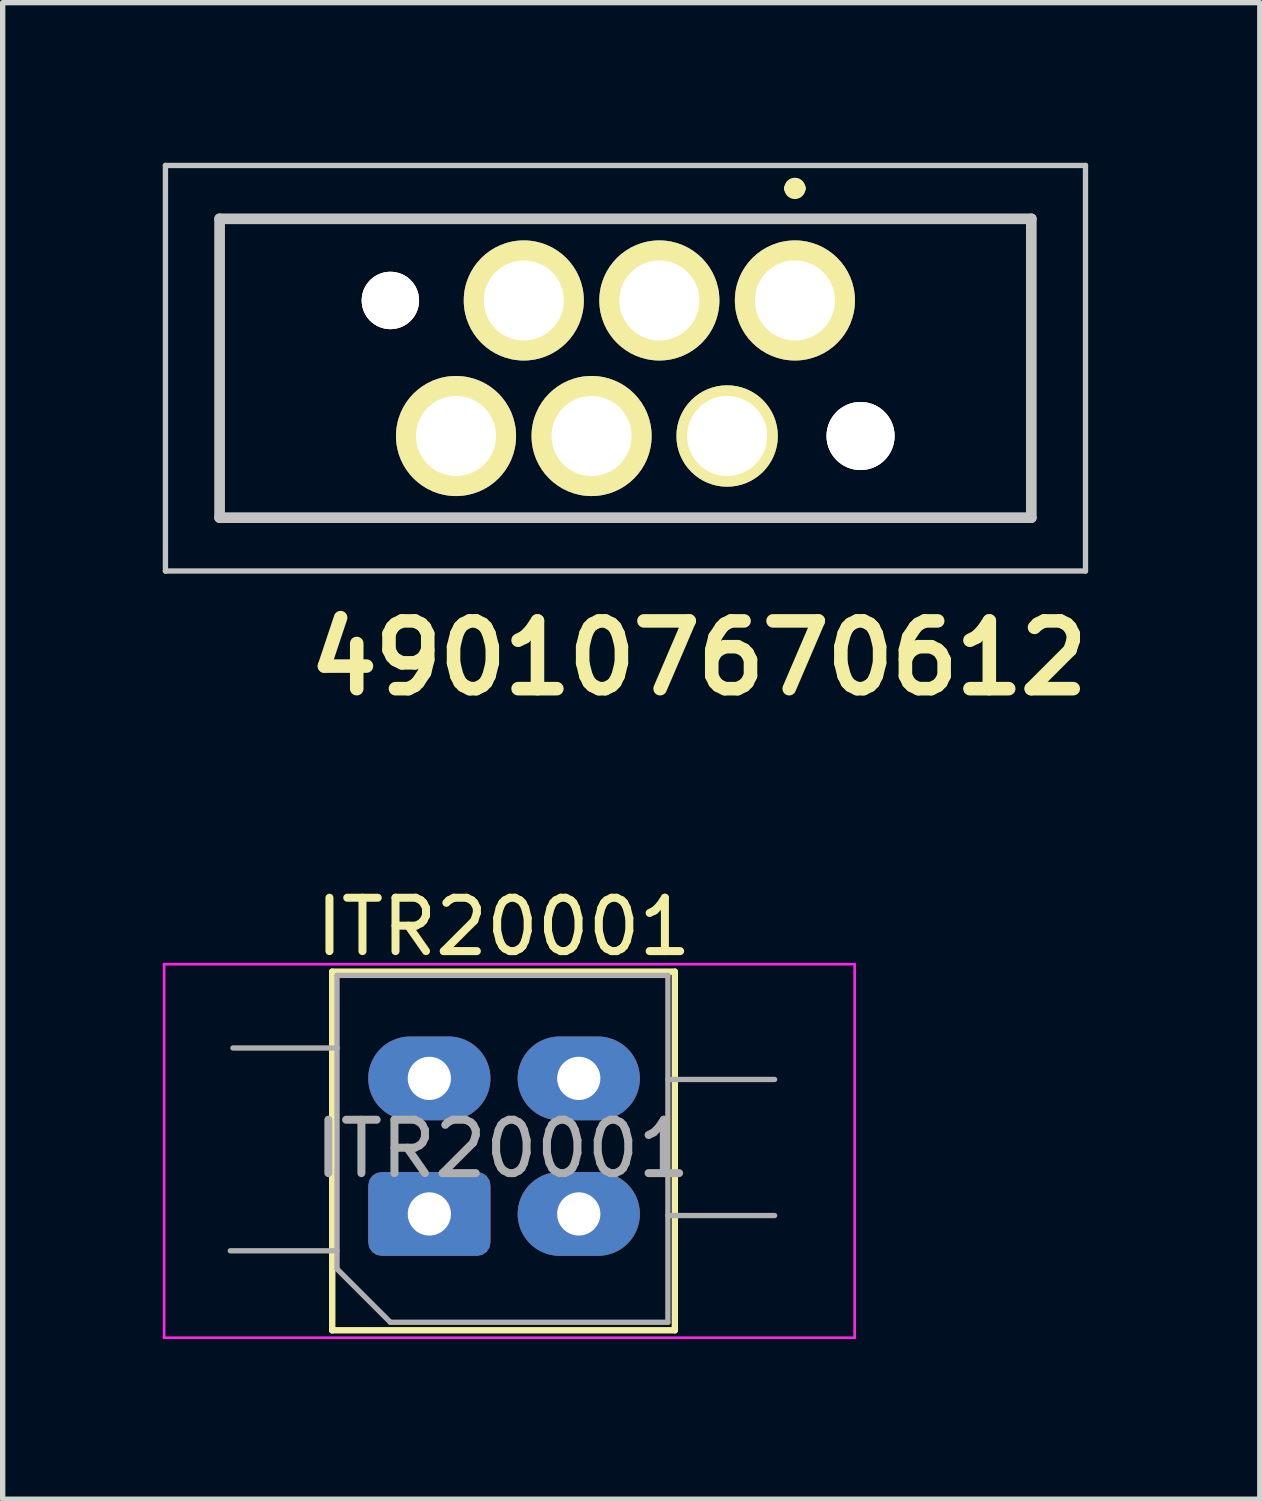
<source format=kicad_pcb>
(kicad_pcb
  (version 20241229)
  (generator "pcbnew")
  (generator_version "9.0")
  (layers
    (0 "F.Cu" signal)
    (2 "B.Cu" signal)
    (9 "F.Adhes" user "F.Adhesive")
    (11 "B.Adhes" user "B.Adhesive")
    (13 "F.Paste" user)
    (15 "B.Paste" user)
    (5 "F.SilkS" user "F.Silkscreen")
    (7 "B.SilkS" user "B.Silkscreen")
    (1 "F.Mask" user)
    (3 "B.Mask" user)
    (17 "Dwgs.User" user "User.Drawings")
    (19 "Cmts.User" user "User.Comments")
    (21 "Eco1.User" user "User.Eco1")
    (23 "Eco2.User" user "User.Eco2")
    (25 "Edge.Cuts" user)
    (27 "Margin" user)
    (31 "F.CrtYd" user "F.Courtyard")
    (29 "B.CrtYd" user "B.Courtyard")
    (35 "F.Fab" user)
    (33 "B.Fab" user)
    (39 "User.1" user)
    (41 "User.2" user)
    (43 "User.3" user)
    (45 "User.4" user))
  (footprint "ITR20001"
    (layer "F.Cu")
    (at 4.995 19.697)
    (property "Reference" "ITR20001" (at 1.39 -5.38 180) (layer "F.SilkS") (effects (font (size 1 1) (thickness 0.15))))
    (attr through_hole)
    (fp_line (start -1.82 -4.54) (end 4.6 -4.54) (stroke (width 0.12) (type solid)) (layer "F.SilkS"))
    (fp_line (start -1.82 2.18) (end -1.82 -4.54) (stroke (width 0.12) (type solid)) (layer "F.SilkS"))
    (fp_line (start 4.6 -4.54) (end 4.6 2.18) (stroke (width 0.12) (type solid)) (layer "F.SilkS"))
    (fp_line (start 4.6 2.18) (end -1.82 2.18) (stroke (width 0.12) (type solid)) (layer "F.SilkS"))
    (fp_line (start -4.97 -4.68) (end -4.97 2.32) (stroke (width 0.05) (type solid)) (layer "F.CrtYd"))
    (fp_line (start -4.97 -4.68) (end 7.97 -4.68) (stroke (width 0.05) (type solid)) (layer "F.CrtYd"))
    (fp_line (start 7.97 2.32) (end -4.97 2.32) (stroke (width 0.05) (type solid)) (layer "F.CrtYd"))
    (fp_line (start 7.97 2.32) (end 7.97 -4.68) (stroke (width 0.05) (type solid)) (layer "F.CrtYd"))
    (fp_line (start -3.73 0.69) (end -1.73 0.69) (stroke (width 0.1) (type solid)) (layer "F.Fab"))
    (fp_line (start -3.68 -3.11) (end -1.73 -3.11) (stroke (width 0.1) (type solid)) (layer "F.Fab"))
    (fp_line (start -1.73 -4.47) (end 4.47 -4.47) (stroke (width 0.1) (type solid)) (layer "F.Fab"))
    (fp_line (start -1.73 1.03) (end -1.73 -4.47) (stroke (width 0.1) (type solid)) (layer "F.Fab"))
    (fp_line (start -0.73 2.03) (end -1.73 1.03) (stroke (width 0.1) (type solid)) (layer "F.Fab"))
    (fp_line (start 4.47 -4.47) (end 4.47 2.03) (stroke (width 0.1) (type solid)) (layer "F.Fab"))
    (fp_line (start 4.47 0.03) (end 6.47 0.03) (stroke (width 0.1) (type solid)) (layer "F.Fab"))
    (fp_line (start 4.47 2.03) (end -0.73 2.03) (stroke (width 0.1) (type solid)) (layer "F.Fab"))
    (fp_line (start 6.47 -2.52) (end 4.47 -2.52) (stroke (width 0.1) (type solid)) (layer "F.Fab"))
    (fp_text user "${REFERENCE}" (at 1.37 -1.22 0) (layer "F.Fab") (effects (font (size 1 1) (thickness 0.15))))
    (pad "1" thru_hole roundrect (at 0 0) (size 2.29 1.57) (drill 0.81) (layers "*.Cu" "*.Mask") (roundrect_rratio 0.159))
    (pad "2" thru_hole oval (at 0 -2.54) (size 2.29 1.57) (drill 0.81) (layers "*.Cu" "*.Mask"))
    (pad "3" thru_hole oval (at 2.8 -2.54) (size 2.29 1.57) (drill 0.81) (layers "*.Cu" "*.Mask"))
    (pad "4" thru_hole oval (at 2.8 0) (size 2.29 1.57) (drill 0.81) (layers "*.Cu" "*.Mask")))
  (footprint "490107670612"
    (layer "F.Cu")
    (at 11.845 2.58)
    (property "Reference" "490107670612" (at -1.8 6.7 0) (layer "F.SilkS") (effects (font (size 1.27 1.27) (thickness 0.254))))
    (attr through_hole)
    (fp_line (start -10.795 -1.53) (end 4.445 -1.53) (stroke (width 0.1) (type solid)) (layer "F.SilkS"))
    (fp_line (start -10.795 4.07) (end -10.795 -1.53) (stroke (width 0.1) (type solid)) (layer "F.SilkS"))
    (fp_line (start -0.1 -2.1) (end -0.1 -2.1) (stroke (width 0.2) (type solid)) (layer "F.SilkS"))
    (fp_line (start 0.1 -2.1) (end 0.1 -2.1) (stroke (width 0.2) (type solid)) (layer "F.SilkS"))
    (fp_line (start 4.445 -1.53) (end 4.445 4.07) (stroke (width 0.1) (type solid)) (layer "F.SilkS"))
    (fp_line (start 4.445 4.07) (end -10.795 4.07) (stroke (width 0.1) (type solid)) (layer "F.SilkS"))
    (fp_arc (start -0.1 -2.1) (mid 0 -2.2) (end 0.1 -2.1) (stroke (width 0.2) (type solid)) (layer "F.SilkS"))
    (fp_arc (start 0.1 -2.1) (mid 0 -2) (end -0.1 -2.1) (stroke (width 0.2) (type solid)) (layer "F.SilkS"))
    (fp_line (start -11.795 -2.53) (end 5.445 -2.53) (stroke (width 0.1) (type solid)) (layer "Dwgs.User"))
    (fp_line (start -11.795 5.07) (end -11.795 -2.53) (stroke (width 0.1) (type solid)) (layer "Dwgs.User"))
    (fp_line (start -10.78 -1.53) (end 4.43 -1.53) (stroke (width 0.2) (type solid)) (layer "Dwgs.User"))
    (fp_line (start -10.78 4.07) (end -10.78 -1.53) (stroke (width 0.2) (type solid)) (layer "Dwgs.User"))
    (fp_line (start 4.43 -1.53) (end 4.43 4.07) (stroke (width 0.2) (type solid)) (layer "Dwgs.User"))
    (fp_line (start 4.43 4.07) (end -10.78 4.07) (stroke (width 0.2) (type solid)) (layer "Dwgs.User"))
    (fp_line (start 5.445 -2.53) (end 5.445 5.07) (stroke (width 0.1) (type solid)) (layer "Dwgs.User"))
    (fp_line (start 5.445 5.07) (end -11.795 5.07) (stroke (width 0.1) (type solid)) (layer "Dwgs.User"))
    (pad "1" thru_hole circle (at 0 0 90) (size 2.25 2.25) (drill 1.5) (layers "*.Cu" "*.Mask" "F.SilkS"))
    (pad "2" thru_hole circle (at -1.27 2.54 90) (size 1.9 1.9) (drill 1.5) (layers "*.Cu" "*.Mask" "F.SilkS"))
    (pad "3" thru_hole circle (at -2.54 0 90) (size 2.25 2.25) (drill 1.5) (layers "*.Cu" "*.Mask" "F.SilkS"))
    (pad "4" thru_hole circle (at -3.81 2.54 90) (size 2.25 2.25) (drill 1.5) (layers "*.Cu" "*.Mask" "F.SilkS"))
    (pad "5" thru_hole circle (at -5.08 0 90) (size 2.25 2.25) (drill 1.5) (layers "*.Cu" "*.Mask" "F.SilkS"))
    (pad "6" thru_hole circle (at -6.35 2.54 90) (size 2.25 2.25) (drill 1.5) (layers "*.Cu" "*.Mask" "F.SilkS"))
    (pad "7" thru_hole circle (at -7.58 0 90) (size 1.075 1.075) (drill 2.15) (layers "*.Cu" "*.Mask" "F.SilkS"))
    (pad "8" thru_hole circle (at 1.23 2.54 90) (size 1.275 1.275) (drill 2.55) (layers "*.Cu" "*.Mask" "F.SilkS")))
  (gr_rect
    (start -3 -3)
    (end 20.556 25.042)
    (stroke (width 0.1) (type default))
    (fill no)
    (layer "Edge.Cuts")))
</source>
